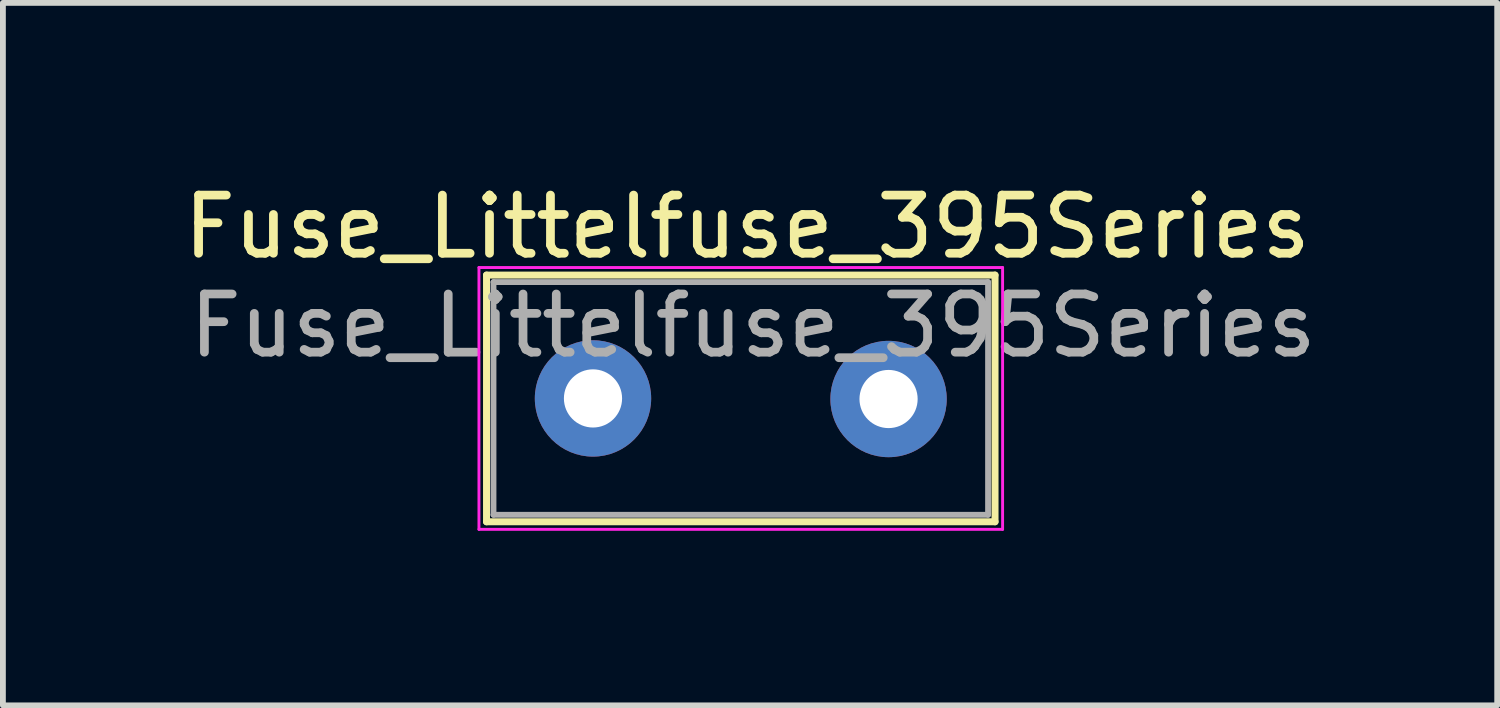
<source format=kicad_pcb>
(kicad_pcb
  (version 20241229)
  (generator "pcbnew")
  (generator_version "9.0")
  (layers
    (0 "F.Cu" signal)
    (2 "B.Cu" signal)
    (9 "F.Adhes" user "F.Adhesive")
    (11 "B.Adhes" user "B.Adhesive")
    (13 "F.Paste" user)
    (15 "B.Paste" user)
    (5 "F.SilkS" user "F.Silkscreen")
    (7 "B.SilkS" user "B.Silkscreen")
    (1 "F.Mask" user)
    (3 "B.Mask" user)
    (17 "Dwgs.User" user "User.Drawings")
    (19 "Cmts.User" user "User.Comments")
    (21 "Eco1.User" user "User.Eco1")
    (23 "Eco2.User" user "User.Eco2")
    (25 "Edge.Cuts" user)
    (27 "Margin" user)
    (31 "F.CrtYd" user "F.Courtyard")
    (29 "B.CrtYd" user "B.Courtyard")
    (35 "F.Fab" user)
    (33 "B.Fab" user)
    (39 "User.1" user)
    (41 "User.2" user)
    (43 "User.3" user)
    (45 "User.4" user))
  (footprint "Fuse_Littelfuse_395Series"
    (layer "F.Cu")
    (at 7.142 3.798)
    (property "Reference" "Fuse_Littelfuse_395Series" (at 2.65 -2.95 0) (layer "F.SilkS") (effects (font (size 1 1) (thickness 0.15))))
    (attr through_hole)
    (fp_line (start -1.83 -2.12) (end -1.83 2.12) (stroke (width 0.12) (type solid)) (layer "F.SilkS"))
    (fp_line (start -1.83 -2.12) (end 6.91 -2.12) (stroke (width 0.12) (type solid)) (layer "F.SilkS"))
    (fp_line (start 6.91 2.12) (end -1.83 2.12) (stroke (width 0.12) (type solid)) (layer "F.SilkS"))
    (fp_line (start 6.91 2.12) (end 6.91 -2.12) (stroke (width 0.12) (type solid)) (layer "F.SilkS"))
    (fp_line (start -1.96 -2.25) (end -1.96 2.25) (stroke (width 0.05) (type solid)) (layer "F.CrtYd"))
    (fp_line (start -1.96 -2.25) (end 7.04 -2.25) (stroke (width 0.05) (type solid)) (layer "F.CrtYd"))
    (fp_line (start 7.04 2.25) (end -1.96 2.25) (stroke (width 0.05) (type solid)) (layer "F.CrtYd"))
    (fp_line (start 7.04 2.25) (end 7.04 -2.25) (stroke (width 0.05) (type solid)) (layer "F.CrtYd"))
    (fp_line (start -1.71 -2) (end -1.71 2) (stroke (width 0.1) (type solid)) (layer "F.Fab"))
    (fp_line (start -1.71 2) (end 6.79 2) (stroke (width 0.1) (type solid)) (layer "F.Fab"))
    (fp_line (start 6.79 -2) (end -1.71 -2) (stroke (width 0.1) (type solid)) (layer "F.Fab"))
    (fp_line (start 6.79 2) (end 6.79 -2) (stroke (width 0.1) (type solid)) (layer "F.Fab"))
    (fp_text user "${REFERENCE}" (at 2.75 -1.25 0) (layer "F.Fab") (effects (font (size 1 1) (thickness 0.15))))
    (pad "1" thru_hole circle (at 0 0) (size 2 2) (drill 1) (layers "*.Cu" "*.Mask"))
    (pad "2" thru_hole circle (at 5.08 0.01) (size 2 2) (drill 1) (layers "*.Cu" "*.Mask")))
  (gr_rect
    (start -3 -3)
    (end 22.683 9.073)
    (stroke (width 0.1) (type default))
    (fill no)
    (layer "Edge.Cuts")))
</source>
